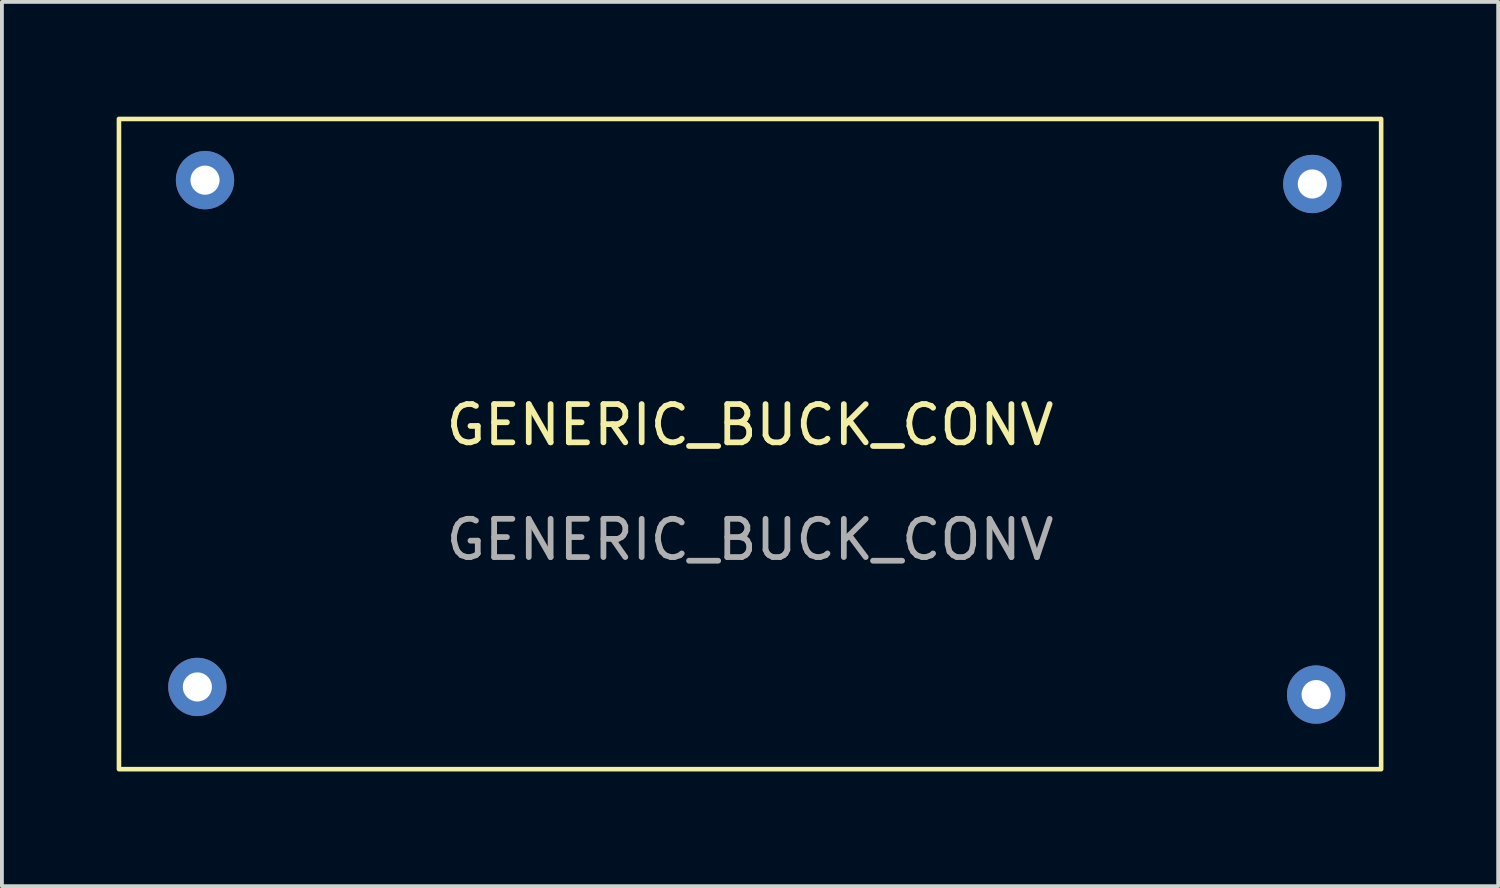
<source format=kicad_pcb>
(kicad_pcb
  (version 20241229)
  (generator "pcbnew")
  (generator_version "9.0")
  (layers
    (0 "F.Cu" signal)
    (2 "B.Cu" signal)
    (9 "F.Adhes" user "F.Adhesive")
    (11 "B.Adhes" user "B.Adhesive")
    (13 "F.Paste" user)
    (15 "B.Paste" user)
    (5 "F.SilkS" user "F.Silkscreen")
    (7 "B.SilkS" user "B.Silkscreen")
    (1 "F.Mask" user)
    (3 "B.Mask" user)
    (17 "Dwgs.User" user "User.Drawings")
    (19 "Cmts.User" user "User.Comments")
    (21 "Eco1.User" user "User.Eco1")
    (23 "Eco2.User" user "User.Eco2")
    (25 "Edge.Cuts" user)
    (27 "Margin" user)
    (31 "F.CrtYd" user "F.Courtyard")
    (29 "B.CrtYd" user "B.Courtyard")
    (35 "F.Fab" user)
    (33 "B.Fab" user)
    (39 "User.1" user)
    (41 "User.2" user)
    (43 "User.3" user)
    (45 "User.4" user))
  (footprint "GENERIC_BUCK_CONV"
    (layer "F.Cu")
    (at 16.56 8.56)
    (property "Reference" "GENERIC_BUCK_CONV" (at 0 -0.5 0) (unlocked yes) (layer "F.SilkS") (effects (font (size 1 1) (thickness 0.15))))
    (attr through_hole)
    (fp_rect (start -16.5 -8.5) (end 16.5 8.5) (stroke (width 0.12) (type solid)) (fill no) (layer "F.SilkS"))
    (fp_text user "${REFERENCE}" (at 0 2.5 0) (unlocked yes) (layer "F.Fab") (effects (font (size 1 1) (thickness 0.15))))
    (pad "1" thru_hole circle (at -14.25 -6.9) (size 1.524 1.524) (drill 0.762) (layers "*.Cu" "*.Mask"))
    (pad "2" thru_hole circle (at -14.45 6.35) (size 1.524 1.524) (drill 0.762) (layers "*.Cu" "*.Mask"))
    (pad "3" thru_hole circle (at 14.7 -6.8) (size 1.524 1.524) (drill 0.762) (layers "*.Cu" "*.Mask"))
    (pad "4" thru_hole circle (at 14.8 6.55) (size 1.524 1.524) (drill 0.762) (layers "*.Cu" "*.Mask")))
  (gr_rect
    (start -3 -3)
    (end 36.12 20.12)
    (stroke (width 0.1) (type default))
    (fill no)
    (layer "Edge.Cuts")))
</source>
